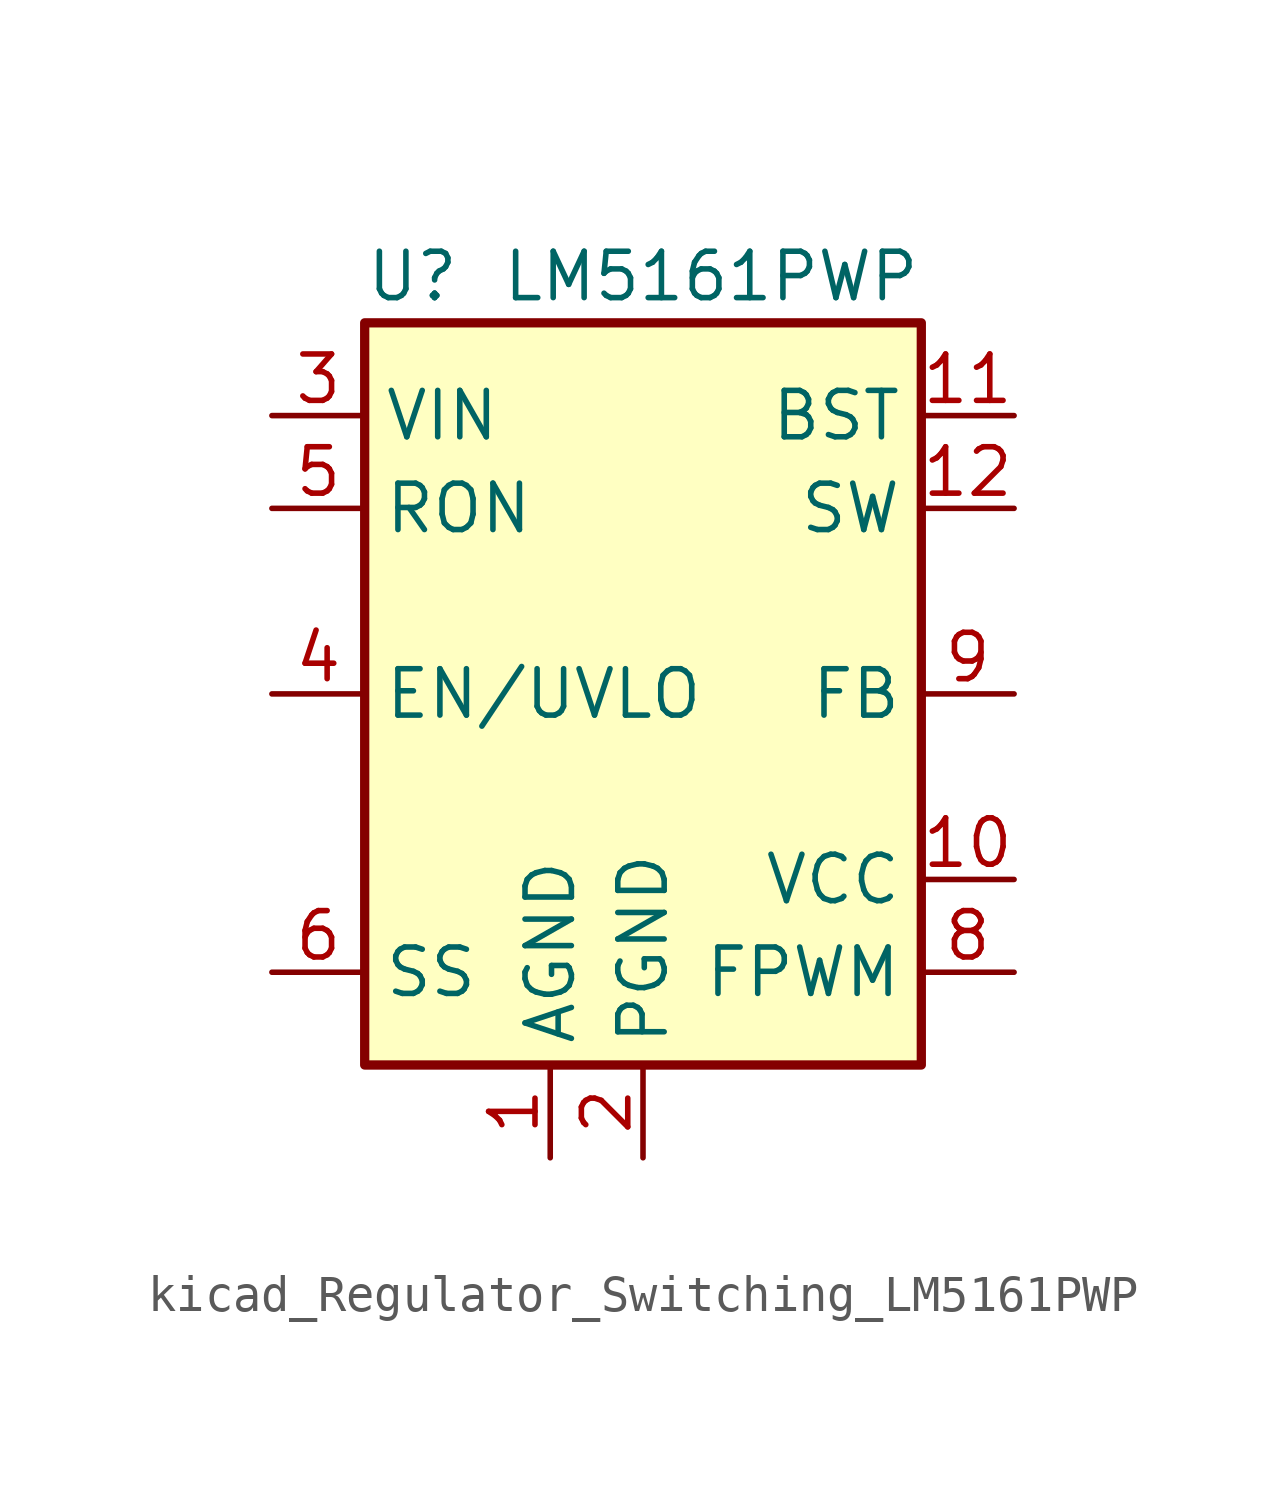
<source format=kicad_sym>
(kicad_symbol_lib
  (version 20220914)
  (generator kicad_symbol_editor)
  (symbol "kicad_Regulator_Switching_LM5161PWP"
    (property "Reference" "U"
      (at -7.62 11.43 0)
      (effects (font (size 1.27 1.27)) (justify left)))
    (property "Value" "LM5161PWP"
      (at 7.62 11.43 0)
      (effects (font (size 1.27 1.27)) (justify right)))
    (symbol "kicad_Regulator_Switching_LM5161PWP_0_1"
      (rectangle (start -7.62 10.16) (end 7.62 -10.16) (stroke (width 0.254) (type default)) (fill (type background))))
    (symbol "kicad_Regulator_Switching_LM5161PWP_1_1"
      (pin power_in line (at -2.54 -12.7 90) (length 2.54) (name "AGND" (effects (font (size 1.27 1.27)))) (number "1" (effects (font (size 1.27 1.27)))))
      (pin power_out line (at 10.16 -5.08 180) (length 2.54) (name "VCC" (effects (font (size 1.27 1.27)))) (number "10" (effects (font (size 1.27 1.27)))))
      (pin passive line (at 10.16 7.62 180) (length 2.54) (name "BST" (effects (font (size 1.27 1.27)))) (number "11" (effects (font (size 1.27 1.27)))))
      (pin power_out line (at 10.16 5.08 180) (length 2.54) (name "SW" (effects (font (size 1.27 1.27)))) (number "12" (effects (font (size 1.27 1.27)))))
      (pin passive line (at 10.16 5.08 180) (length 2.54) hide (name "SW" (effects (font (size 1.27 1.27)))) (number "13" (effects (font (size 1.27 1.27)))))
      (pin no_connect line (at -7.62 -5.08 0) (length 2.54) hide (name "NC" (effects (font (size 1.27 1.27)))) (number "14" (effects (font (size 1.27 1.27)))))
      (pin passive line (at -2.54 -12.7 90) (length 2.54) hide (name "AGND" (effects (font (size 1.27 1.27)))) (number "15" (effects (font (size 1.27 1.27)))))
      (pin power_in line (at 0 -12.7 90) (length 2.54) (name "PGND" (effects (font (size 1.27 1.27)))) (number "2" (effects (font (size 1.27 1.27)))))
      (pin power_in line (at -10.16 7.62 0) (length 2.54) (name "VIN" (effects (font (size 1.27 1.27)))) (number "3" (effects (font (size 1.27 1.27)))))
      (pin input line (at -10.16 0 0) (length 2.54) (name "EN/UVLO" (effects (font (size 1.27 1.27)))) (number "4" (effects (font (size 1.27 1.27)))))
      (pin input line (at -10.16 5.08 0) (length 2.54) (name "RON" (effects (font (size 1.27 1.27)))) (number "5" (effects (font (size 1.27 1.27)))))
      (pin passive line (at -10.16 -7.62 0) (length 2.54) (name "SS" (effects (font (size 1.27 1.27)))) (number "6" (effects (font (size 1.27 1.27)))))
      (pin no_connect line (at -7.62 -2.54 0) (length 2.54) hide (name "NC" (effects (font (size 1.27 1.27)))) (number "7" (effects (font (size 1.27 1.27)))))
      (pin input line (at 10.16 -7.62 180) (length 2.54) (name "FPWM" (effects (font (size 1.27 1.27)))) (number "8" (effects (font (size 1.27 1.27)))))
      (pin input line (at 10.16 0 180) (length 2.54) (name "FB" (effects (font (size 1.27 1.27)))) (number "9" (effects (font (size 1.27 1.27))))))))
</source>
